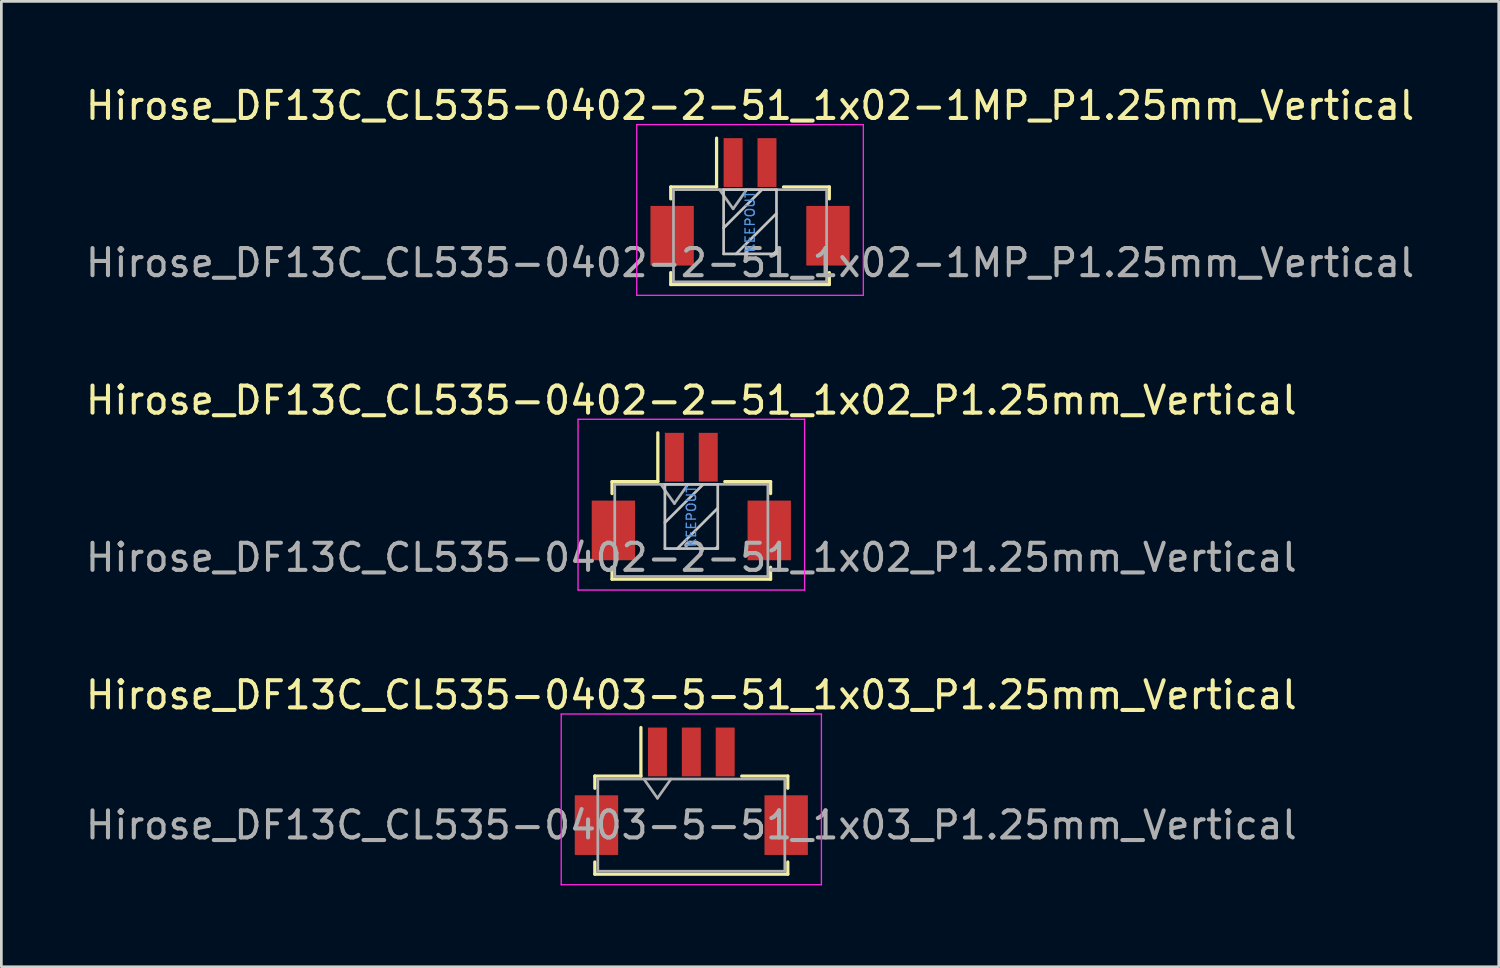
<source format=kicad_pcb>
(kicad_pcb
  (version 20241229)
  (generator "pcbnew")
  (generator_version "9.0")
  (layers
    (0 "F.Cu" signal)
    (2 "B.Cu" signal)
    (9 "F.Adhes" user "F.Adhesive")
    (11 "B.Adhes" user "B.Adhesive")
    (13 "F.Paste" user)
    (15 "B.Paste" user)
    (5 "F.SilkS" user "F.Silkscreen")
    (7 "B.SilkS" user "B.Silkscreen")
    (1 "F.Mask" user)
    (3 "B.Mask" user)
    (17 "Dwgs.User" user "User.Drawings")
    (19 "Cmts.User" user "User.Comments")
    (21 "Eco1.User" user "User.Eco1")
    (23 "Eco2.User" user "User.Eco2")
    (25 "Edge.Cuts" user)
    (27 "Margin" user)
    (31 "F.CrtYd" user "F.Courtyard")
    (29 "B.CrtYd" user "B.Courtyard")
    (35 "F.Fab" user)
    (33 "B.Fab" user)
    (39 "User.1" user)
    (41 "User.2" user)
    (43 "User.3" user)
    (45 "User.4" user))
  (footprint "Hirose_DF13C_CL535-0403-5-51_1x03_P1.25mm_Vertical"
    (layer "F.Cu")
    (at 22.458 26.145)
    (property "Reference" "Hirose_DF13C_CL535-0403-5-51_1x03_P1.25mm_Vertical" (at 0 -3.55 0) (layer "F.SilkS") (effects (font (size 1 1) (thickness 0.15))))
    (attr smd)
    (fp_line (start -3.56 -0.56) (end -1.86 -0.56) (stroke (width 0.12) (type solid)) (layer "F.SilkS"))
    (fp_line (start -3.56 -0.11) (end -3.56 -0.56) (stroke (width 0.12) (type solid)) (layer "F.SilkS"))
    (fp_line (start -3.56 2.61) (end -3.56 3.06) (stroke (width 0.12) (type solid)) (layer "F.SilkS"))
    (fp_line (start -3.56 3.06) (end 3.56 3.06) (stroke (width 0.12) (type solid)) (layer "F.SilkS"))
    (fp_line (start -1.86 -0.56) (end -1.86 -2.35) (stroke (width 0.12) (type solid)) (layer "F.SilkS"))
    (fp_line (start 3.56 -0.56) (end 1.86 -0.56) (stroke (width 0.12) (type solid)) (layer "F.SilkS"))
    (fp_line (start 3.56 -0.11) (end 3.56 -0.56) (stroke (width 0.12) (type solid)) (layer "F.SilkS"))
    (fp_line (start 3.56 3.06) (end 3.56 2.61) (stroke (width 0.12) (type solid)) (layer "F.SilkS"))
    (fp_line (start -4.8 -2.85) (end -4.8 3.45) (stroke (width 0.05) (type solid)) (layer "F.CrtYd"))
    (fp_line (start -4.8 3.45) (end 4.8 3.45) (stroke (width 0.05) (type solid)) (layer "F.CrtYd"))
    (fp_line (start 4.8 -2.85) (end -4.8 -2.85) (stroke (width 0.05) (type solid)) (layer "F.CrtYd"))
    (fp_line (start 4.8 3.45) (end 4.8 -2.85) (stroke (width 0.05) (type solid)) (layer "F.CrtYd"))
    (fp_line (start -3.45 -0.45) (end -3.45 2.95) (stroke (width 0.1) (type solid)) (layer "F.Fab"))
    (fp_line (start -3.45 -0.45) (end 3.45 -0.45) (stroke (width 0.1) (type solid)) (layer "F.Fab"))
    (fp_line (start -3.45 2.95) (end 3.45 2.95) (stroke (width 0.1) (type solid)) (layer "F.Fab"))
    (fp_line (start -1.75 -0.45) (end -1.25 0.257) (stroke (width 0.1) (type solid)) (layer "F.Fab"))
    (fp_line (start -1.25 0.257) (end -0.75 -0.45) (stroke (width 0.1) (type solid)) (layer "F.Fab"))
    (fp_line (start 3.45 -0.45) (end 3.45 2.95) (stroke (width 0.1) (type solid)) (layer "F.Fab"))
    (fp_text user "${REFERENCE}" (at 0 1.25 0) (layer "F.Fab") (effects (font (size 1 1) (thickness 0.15))))
    (pad "" smd rect (at -3.5 1.25) (size 1.6 2.2) (layers "F.Cu" "F.Mask" "F.Paste"))
    (pad "" smd rect (at 3.5 1.25) (size 1.6 2.2) (layers "F.Cu" "F.Mask" "F.Paste"))
    (pad "1" smd rect (at -1.25 -1.45) (size 0.7 1.8) (layers "F.Cu" "F.Mask" "F.Paste"))
    (pad "2" smd rect (at 0 -1.45) (size 0.7 1.8) (layers "F.Cu" "F.Mask" "F.Paste"))
    (pad "3" smd rect (at 1.25 -1.45) (size 0.7 1.8) (layers "F.Cu" "F.Mask" "F.Paste")))
  (footprint "Hirose_DF13C_CL535-0402-2-51_1x02_P1.25mm_Vertical"
    (layer "F.Cu")
    (at 22.458 15.271)
    (property "Reference" "Hirose_DF13C_CL535-0402-2-51_1x02_P1.25mm_Vertical" (at 0 -3.55 0) (layer "F.SilkS") (effects (font (size 1 1) (thickness 0.15))))
    (attr through_hole)
    (fp_line (start -2.925 -0.55) (end -2.925 -0.11) (stroke (width 0.12) (type solid)) (layer "F.SilkS"))
    (fp_line (start -2.925 2.61) (end -2.925 3.05) (stroke (width 0.12) (type solid)) (layer "F.SilkS"))
    (fp_line (start -2.925 3.05) (end 2.925 3.05) (stroke (width 0.12) (type solid)) (layer "F.SilkS"))
    (fp_line (start -1.235 -0.55) (end -2.925 -0.55) (stroke (width 0.12) (type solid)) (layer "F.SilkS"))
    (fp_line (start -1.235 -0.55) (end -1.235 -2.35) (stroke (width 0.12) (type solid)) (layer "F.SilkS"))
    (fp_line (start 1.235 -0.55) (end 2.925 -0.55) (stroke (width 0.12) (type solid)) (layer "F.SilkS"))
    (fp_line (start 2.925 -0.55) (end 2.925 -0.11) (stroke (width 0.12) (type solid)) (layer "F.SilkS"))
    (fp_line (start 2.925 3.05) (end 2.925 2.61) (stroke (width 0.12) (type solid)) (layer "F.SilkS"))
    (fp_line (start -0.975 -0.45) (end -0.975 1.92) (stroke (width 0.1) (type solid)) (layer "Dwgs.User"))
    (fp_line (start -0.975 1.92) (end 0.975 1.92) (stroke (width 0.1) (type solid)) (layer "Dwgs.User"))
    (fp_line (start 0.439 -0.45) (end -0.975 0.964) (stroke (width 0.1) (type solid)) (layer "Dwgs.User"))
    (fp_line (start 0.975 -0.45) (end -0.975 -0.45) (stroke (width 0.1) (type solid)) (layer "Dwgs.User"))
    (fp_line (start 0.975 0.428) (end -0.517 1.92) (stroke (width 0.1) (type solid)) (layer "Dwgs.User"))
    (fp_line (start 0.975 1.843) (end 0.898 1.92) (stroke (width 0.1) (type solid)) (layer "Dwgs.User"))
    (fp_line (start 0.975 1.92) (end 0.975 -0.45) (stroke (width 0.1) (type solid)) (layer "Dwgs.User"))
    (fp_line (start -4.18 -2.85) (end -4.18 3.45) (stroke (width 0.05) (type solid)) (layer "F.CrtYd"))
    (fp_line (start -4.18 3.45) (end 4.18 3.45) (stroke (width 0.05) (type solid)) (layer "F.CrtYd"))
    (fp_line (start 4.18 -2.85) (end -4.18 -2.85) (stroke (width 0.05) (type solid)) (layer "F.CrtYd"))
    (fp_line (start 4.18 3.45) (end 4.18 -2.85) (stroke (width 0.05) (type solid)) (layer "F.CrtYd"))
    (fp_line (start -2.825 -0.45) (end -2.825 2.95) (stroke (width 0.1) (type solid)) (layer "F.Fab"))
    (fp_line (start -2.825 2.95) (end 2.825 2.95) (stroke (width 0.1) (type solid)) (layer "F.Fab"))
    (fp_line (start -1.125 -0.45) (end -0.625 0.257) (stroke (width 0.1) (type solid)) (layer "F.Fab"))
    (fp_line (start -0.625 0.257) (end -0.125 -0.45) (stroke (width 0.1) (type solid)) (layer "F.Fab"))
    (fp_line (start 2.825 -0.45) (end -2.825 -0.45) (stroke (width 0.1) (type solid)) (layer "F.Fab"))
    (fp_line (start 2.825 2.95) (end 2.825 -0.45) (stroke (width 0.1) (type solid)) (layer "F.Fab"))
    (fp_text user "KEEPOUT" (at 0 0.735 90) (layer "Cmts.User") (effects (font (size 0.34 0.34) (thickness 0.051))))
    (fp_text user "${REFERENCE}" (at 0 2.25 0) (layer "F.Fab") (effects (font (size 1 1) (thickness 0.15))))
    (pad "" smd rect (at -2.875 1.25) (size 1.6 2.2) (layers "F.Cu" "F.Mask" "F.Paste"))
    (pad "" smd rect (at 2.875 1.25) (size 1.6 2.2) (layers "F.Cu" "F.Mask" "F.Paste"))
    (pad "1" smd rect (at -0.625 -1.45) (size 0.7 1.8) (layers "F.Cu" "F.Mask" "F.Paste"))
    (pad "2" smd rect (at 0.625 -1.45) (size 0.7 1.8) (layers "F.Cu" "F.Mask" "F.Paste")))
  (footprint "Hirose_DF13C_CL535-0402-2-51_1x02-1MP_P1.25mm_Vertical"
    (layer "F.Cu")
    (at 24.625 4.398)
    (property "Reference" "Hirose_DF13C_CL535-0402-2-51_1x02-1MP_P1.25mm_Vertical" (at 0 -3.55 0) (layer "F.SilkS") (effects (font (size 1 1) (thickness 0.15))))
    (attr smd)
    (fp_line (start -2.925 -0.55) (end -2.925 -0.11) (stroke (width 0.12) (type solid)) (layer "F.SilkS"))
    (fp_line (start -2.925 2.61) (end -2.925 3.05) (stroke (width 0.12) (type solid)) (layer "F.SilkS"))
    (fp_line (start -2.925 3.05) (end 2.925 3.05) (stroke (width 0.12) (type solid)) (layer "F.SilkS"))
    (fp_line (start -1.235 -0.55) (end -2.925 -0.55) (stroke (width 0.12) (type solid)) (layer "F.SilkS"))
    (fp_line (start -1.235 -0.55) (end -1.235 -2.35) (stroke (width 0.12) (type solid)) (layer "F.SilkS"))
    (fp_line (start 1.235 -0.55) (end 2.925 -0.55) (stroke (width 0.12) (type solid)) (layer "F.SilkS"))
    (fp_line (start 2.925 -0.55) (end 2.925 -0.11) (stroke (width 0.12) (type solid)) (layer "F.SilkS"))
    (fp_line (start 2.925 3.05) (end 2.925 2.61) (stroke (width 0.12) (type solid)) (layer "F.SilkS"))
    (fp_line (start -0.975 -0.45) (end -0.975 1.92) (stroke (width 0.1) (type solid)) (layer "Dwgs.User"))
    (fp_line (start -0.975 1.92) (end 0.975 1.92) (stroke (width 0.1) (type solid)) (layer "Dwgs.User"))
    (fp_line (start 0.439 -0.45) (end -0.975 0.964) (stroke (width 0.1) (type solid)) (layer "Dwgs.User"))
    (fp_line (start 0.975 -0.45) (end -0.975 -0.45) (stroke (width 0.1) (type solid)) (layer "Dwgs.User"))
    (fp_line (start 0.975 0.428) (end -0.517 1.92) (stroke (width 0.1) (type solid)) (layer "Dwgs.User"))
    (fp_line (start 0.975 1.843) (end 0.898 1.92) (stroke (width 0.1) (type solid)) (layer "Dwgs.User"))
    (fp_line (start 0.975 1.92) (end 0.975 -0.45) (stroke (width 0.1) (type solid)) (layer "Dwgs.User"))
    (fp_line (start -4.18 -2.85) (end -4.18 3.45) (stroke (width 0.05) (type solid)) (layer "F.CrtYd"))
    (fp_line (start -4.18 3.45) (end 4.18 3.45) (stroke (width 0.05) (type solid)) (layer "F.CrtYd"))
    (fp_line (start 4.18 -2.85) (end -4.18 -2.85) (stroke (width 0.05) (type solid)) (layer "F.CrtYd"))
    (fp_line (start 4.18 3.45) (end 4.18 -2.85) (stroke (width 0.05) (type solid)) (layer "F.CrtYd"))
    (fp_line (start -2.825 -0.45) (end -2.825 2.95) (stroke (width 0.1) (type solid)) (layer "F.Fab"))
    (fp_line (start -2.825 2.95) (end 2.825 2.95) (stroke (width 0.1) (type solid)) (layer "F.Fab"))
    (fp_line (start -1.125 -0.45) (end -0.625 0.257) (stroke (width 0.1) (type solid)) (layer "F.Fab"))
    (fp_line (start -0.625 0.257) (end -0.125 -0.45) (stroke (width 0.1) (type solid)) (layer "F.Fab"))
    (fp_line (start 2.825 -0.45) (end -2.825 -0.45) (stroke (width 0.1) (type solid)) (layer "F.Fab"))
    (fp_line (start 2.825 2.95) (end 2.825 -0.45) (stroke (width 0.1) (type solid)) (layer "F.Fab"))
    (fp_text user "KEEPOUT" (at 0 0.735 90) (layer "Cmts.User") (effects (font (size 0.34 0.34) (thickness 0.051))))
    (fp_text user "${REFERENCE}" (at 0 2.25 0) (layer "F.Fab") (effects (font (size 1 1) (thickness 0.15))))
    (pad "1" smd rect (at -0.625 -1.45) (size 0.7 1.8) (layers "F.Cu" "F.Mask" "F.Paste"))
    (pad "2" smd rect (at 0.625 -1.45) (size 0.7 1.8) (layers "F.Cu" "F.Mask" "F.Paste"))
    (pad "MP" smd rect (at -2.875 1.25) (size 1.6 2.2) (layers "F.Cu" "F.Mask" "F.Paste"))
    (pad "MP" smd rect (at 2.875 1.25) (size 1.6 2.2) (layers "F.Cu" "F.Mask" "F.Paste")))
  (gr_rect
    (start -3 -3)
    (end 52.25 32.62)
    (stroke (width 0.1) (type default))
    (fill no)
    (layer "Edge.Cuts")))
</source>
